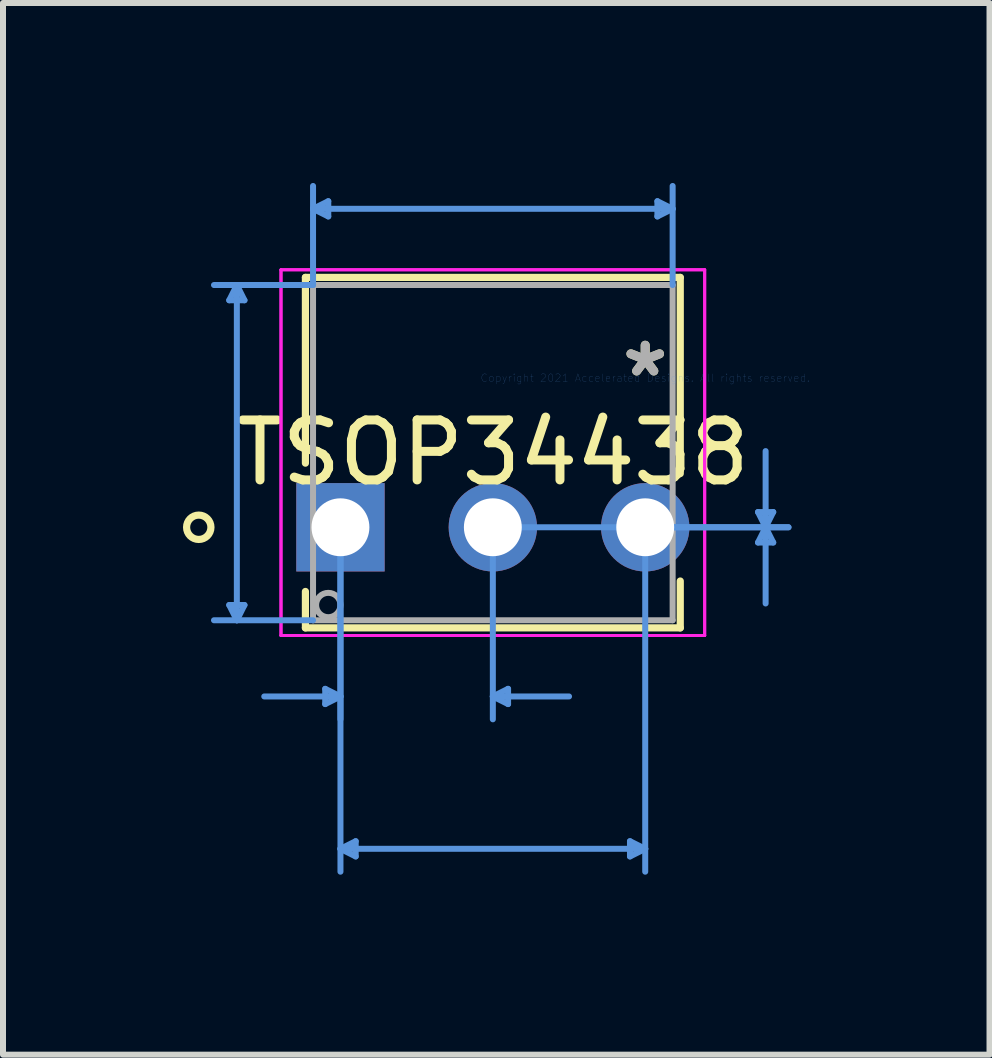
<source format=kicad_pcb>
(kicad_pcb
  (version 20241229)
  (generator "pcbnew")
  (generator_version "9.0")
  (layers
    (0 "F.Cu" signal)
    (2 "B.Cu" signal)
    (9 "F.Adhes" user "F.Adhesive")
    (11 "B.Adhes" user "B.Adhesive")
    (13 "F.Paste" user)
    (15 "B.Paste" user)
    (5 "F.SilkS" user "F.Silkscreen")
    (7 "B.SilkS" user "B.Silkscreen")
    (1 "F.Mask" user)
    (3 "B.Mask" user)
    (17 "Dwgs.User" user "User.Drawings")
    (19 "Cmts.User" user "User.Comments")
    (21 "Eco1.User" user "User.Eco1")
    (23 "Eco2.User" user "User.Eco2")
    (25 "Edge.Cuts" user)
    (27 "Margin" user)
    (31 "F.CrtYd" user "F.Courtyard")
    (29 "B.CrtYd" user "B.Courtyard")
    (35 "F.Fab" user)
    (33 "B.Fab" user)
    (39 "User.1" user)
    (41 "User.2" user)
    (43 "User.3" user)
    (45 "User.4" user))
  (footprint "TSOP34438"
    (layer "F.Cu")
    (at 7.705 3.25)
    (property "Reference" "TSOP34438" (at -2.54 1.245 0) (layer "F.SilkS") (effects (font (size 1 1) (thickness 0.15))))
    (attr through_hole)
    (fp_line (start -5.664 -1.676) (end -5.664 1.42) (stroke (width 0.12) (type solid)) (layer "F.SilkS"))
    (fp_line (start -5.664 3.559) (end -5.664 4.166) (stroke (width 0.12) (type solid)) (layer "F.SilkS"))
    (fp_line (start -5.664 4.166) (end 0.584 4.166) (stroke (width 0.12) (type solid)) (layer "F.SilkS"))
    (fp_line (start 0.584 -1.676) (end -5.664 -1.676) (stroke (width 0.12) (type solid)) (layer "F.SilkS"))
    (fp_line (start 0.584 1.594) (end 0.584 -1.676) (stroke (width 0.12) (type solid)) (layer "F.SilkS"))
    (fp_line (start 0.584 4.166) (end 0.584 3.385) (stroke (width 0.12) (type solid)) (layer "F.SilkS"))
    (fp_circle (center -7.442 2.489) (end -7.239 2.489) (stroke (width 0.12) (type solid)) (fill no) (layer "F.SilkS"))
    (fp_line (start -6.934 -1.295) (end -6.68 -1.295) (stroke (width 0.1) (type solid)) (layer "Cmts.User"))
    (fp_line (start -6.934 3.785) (end -6.68 3.785) (stroke (width 0.1) (type solid)) (layer "Cmts.User"))
    (fp_line (start -6.807 -1.549) (end -6.934 -1.295) (stroke (width 0.1) (type solid)) (layer "Cmts.User"))
    (fp_line (start -6.807 -1.549) (end -6.807 4.039) (stroke (width 0.1) (type solid)) (layer "Cmts.User"))
    (fp_line (start -6.807 -1.549) (end -6.68 -1.295) (stroke (width 0.1) (type solid)) (layer "Cmts.User"))
    (fp_line (start -6.807 4.039) (end -6.934 3.785) (stroke (width 0.1) (type solid)) (layer "Cmts.User"))
    (fp_line (start -6.807 4.039) (end -6.68 3.785) (stroke (width 0.1) (type solid)) (layer "Cmts.User"))
    (fp_line (start -5.537 -2.819) (end -5.283 -2.946) (stroke (width 0.1) (type solid)) (layer "Cmts.User"))
    (fp_line (start -5.537 -2.819) (end -5.283 -2.692) (stroke (width 0.1) (type solid)) (layer "Cmts.User"))
    (fp_line (start -5.537 -2.819) (end 0.457 -2.819) (stroke (width 0.1) (type solid)) (layer "Cmts.User"))
    (fp_line (start -5.537 -1.549) (end -7.188 -1.549) (stroke (width 0.1) (type solid)) (layer "Cmts.User"))
    (fp_line (start -5.537 -1.549) (end -5.537 -3.2) (stroke (width 0.1) (type solid)) (layer "Cmts.User"))
    (fp_line (start -5.537 4.039) (end -7.188 4.039) (stroke (width 0.1) (type solid)) (layer "Cmts.User"))
    (fp_line (start -5.334 5.182) (end -5.334 5.436) (stroke (width 0.1) (type solid)) (layer "Cmts.User"))
    (fp_line (start -5.283 -2.946) (end -5.283 -2.692) (stroke (width 0.1) (type solid)) (layer "Cmts.User"))
    (fp_line (start -5.08 2.489) (end -5.08 5.69) (stroke (width 0.1) (type solid)) (layer "Cmts.User"))
    (fp_line (start -5.08 2.489) (end -5.08 8.23) (stroke (width 0.1) (type solid)) (layer "Cmts.User"))
    (fp_line (start -5.08 5.309) (end -6.35 5.309) (stroke (width 0.1) (type solid)) (layer "Cmts.User"))
    (fp_line (start -5.08 5.309) (end -5.334 5.182) (stroke (width 0.1) (type solid)) (layer "Cmts.User"))
    (fp_line (start -5.08 5.309) (end -5.334 5.436) (stroke (width 0.1) (type solid)) (layer "Cmts.User"))
    (fp_line (start -5.08 7.849) (end -4.826 7.722) (stroke (width 0.1) (type solid)) (layer "Cmts.User"))
    (fp_line (start -5.08 7.849) (end -4.826 7.976) (stroke (width 0.1) (type solid)) (layer "Cmts.User"))
    (fp_line (start -5.08 7.849) (end 0 7.849) (stroke (width 0.1) (type solid)) (layer "Cmts.User"))
    (fp_line (start -4.826 7.722) (end -4.826 7.976) (stroke (width 0.1) (type solid)) (layer "Cmts.User"))
    (fp_line (start -2.54 2.489) (end -2.54 5.69) (stroke (width 0.1) (type solid)) (layer "Cmts.User"))
    (fp_line (start -2.54 2.489) (end 2.388 2.489) (stroke (width 0.1) (type solid)) (layer "Cmts.User"))
    (fp_line (start -2.54 5.309) (end -2.286 5.182) (stroke (width 0.1) (type solid)) (layer "Cmts.User"))
    (fp_line (start -2.54 5.309) (end -2.286 5.436) (stroke (width 0.1) (type solid)) (layer "Cmts.User"))
    (fp_line (start -2.54 5.309) (end -1.27 5.309) (stroke (width 0.1) (type solid)) (layer "Cmts.User"))
    (fp_line (start -2.286 5.182) (end -2.286 5.436) (stroke (width 0.1) (type solid)) (layer "Cmts.User"))
    (fp_line (start -0.254 7.722) (end -0.254 7.976) (stroke (width 0.1) (type solid)) (layer "Cmts.User"))
    (fp_line (start 0 2.489) (end 0 8.23) (stroke (width 0.1) (type solid)) (layer "Cmts.User"))
    (fp_line (start 0 2.489) (end 2.388 2.489) (stroke (width 0.1) (type solid)) (layer "Cmts.User"))
    (fp_line (start 0 7.849) (end -0.254 7.722) (stroke (width 0.1) (type solid)) (layer "Cmts.User"))
    (fp_line (start 0 7.849) (end -0.254 7.976) (stroke (width 0.1) (type solid)) (layer "Cmts.User"))
    (fp_line (start 0.203 -2.946) (end 0.203 -2.692) (stroke (width 0.1) (type solid)) (layer "Cmts.User"))
    (fp_line (start 0.457 -2.819) (end 0.203 -2.946) (stroke (width 0.1) (type solid)) (layer "Cmts.User"))
    (fp_line (start 0.457 -2.819) (end 0.203 -2.692) (stroke (width 0.1) (type solid)) (layer "Cmts.User"))
    (fp_line (start 0.457 -1.549) (end 0.457 -3.2) (stroke (width 0.1) (type solid)) (layer "Cmts.User"))
    (fp_line (start 1.88 2.235) (end 2.134 2.235) (stroke (width 0.1) (type solid)) (layer "Cmts.User"))
    (fp_line (start 1.88 2.743) (end 2.134 2.743) (stroke (width 0.1) (type solid)) (layer "Cmts.User"))
    (fp_line (start 2.007 2.489) (end 1.88 2.235) (stroke (width 0.1) (type solid)) (layer "Cmts.User"))
    (fp_line (start 2.007 2.489) (end 1.88 2.743) (stroke (width 0.1) (type solid)) (layer "Cmts.User"))
    (fp_line (start 2.007 2.489) (end 2.007 1.219) (stroke (width 0.1) (type solid)) (layer "Cmts.User"))
    (fp_line (start 2.007 2.489) (end 2.007 3.759) (stroke (width 0.1) (type solid)) (layer "Cmts.User"))
    (fp_line (start 2.007 2.489) (end 2.134 2.235) (stroke (width 0.1) (type solid)) (layer "Cmts.User"))
    (fp_line (start 2.007 2.489) (end 2.134 2.743) (stroke (width 0.1) (type solid)) (layer "Cmts.User"))
    (fp_line (start -6.071 -1.803) (end -6.071 4.293) (stroke (width 0.05) (type solid)) (layer "F.CrtYd"))
    (fp_line (start -6.071 -1.803) (end -6.071 4.293) (stroke (width 0.05) (type solid)) (layer "F.CrtYd"))
    (fp_line (start -6.071 4.293) (end 0.991 4.293) (stroke (width 0.05) (type solid)) (layer "F.CrtYd"))
    (fp_line (start -6.071 4.293) (end 0.991 4.293) (stroke (width 0.05) (type solid)) (layer "F.CrtYd"))
    (fp_line (start 0.991 -1.803) (end -6.071 -1.803) (stroke (width 0.05) (type solid)) (layer "F.CrtYd"))
    (fp_line (start 0.991 -1.803) (end -6.071 -1.803) (stroke (width 0.05) (type solid)) (layer "F.CrtYd"))
    (fp_line (start 0.991 4.293) (end 0.991 -1.803) (stroke (width 0.05) (type solid)) (layer "F.CrtYd"))
    (fp_line (start 0.991 4.293) (end 0.991 -1.803) (stroke (width 0.05) (type solid)) (layer "F.CrtYd"))
    (fp_line (start -5.537 -1.549) (end -5.537 4.039) (stroke (width 0.1) (type solid)) (layer "F.Fab"))
    (fp_line (start -5.537 4.039) (end 0.457 4.039) (stroke (width 0.1) (type solid)) (layer "F.Fab"))
    (fp_line (start 0.457 -1.549) (end -5.537 -1.549) (stroke (width 0.1) (type solid)) (layer "F.Fab"))
    (fp_line (start 0.457 4.039) (end 0.457 -1.549) (stroke (width 0.1) (type solid)) (layer "F.Fab"))
    (fp_circle (center -5.283 3.785) (end -5.08 3.785) (stroke (width 0.1) (type solid)) (fill no) (layer "F.Fab"))
    (fp_text user "*" (at 0 0 0) (layer "F.SilkS") (effects (font (size 1 1) (thickness 0.15))))
    (fp_text user "Copyright 2021 Accelerated Designs. All rights reserved." (at 0 0 0) (layer "Cmts.User") (effects (font (size 0.127 0.127) (thickness 0.002))))
    (fp_text user "*" (at 0 0 0) (layer "F.Fab") (effects (font (size 1 1) (thickness 0.15))))
    (pad "1" thru_hole rect (at -5.08 2.489) (size 1.473 1.473) (drill 0.965) (layers "*.Cu" "*.Mask"))
    (pad "2" thru_hole circle (at -2.54 2.489) (size 1.473 1.473) (drill 0.965) (layers "*.Cu" "*.Mask"))
    (pad "3" thru_hole circle (at 0 2.489) (size 1.473 1.473) (drill 0.965) (layers "*.Cu" "*.Mask")))
  (gr_rect
    (start -3 -3)
    (end 13.444 14.53)
    (stroke (width 0.1) (type default))
    (fill no)
    (layer "Edge.Cuts")))
</source>
